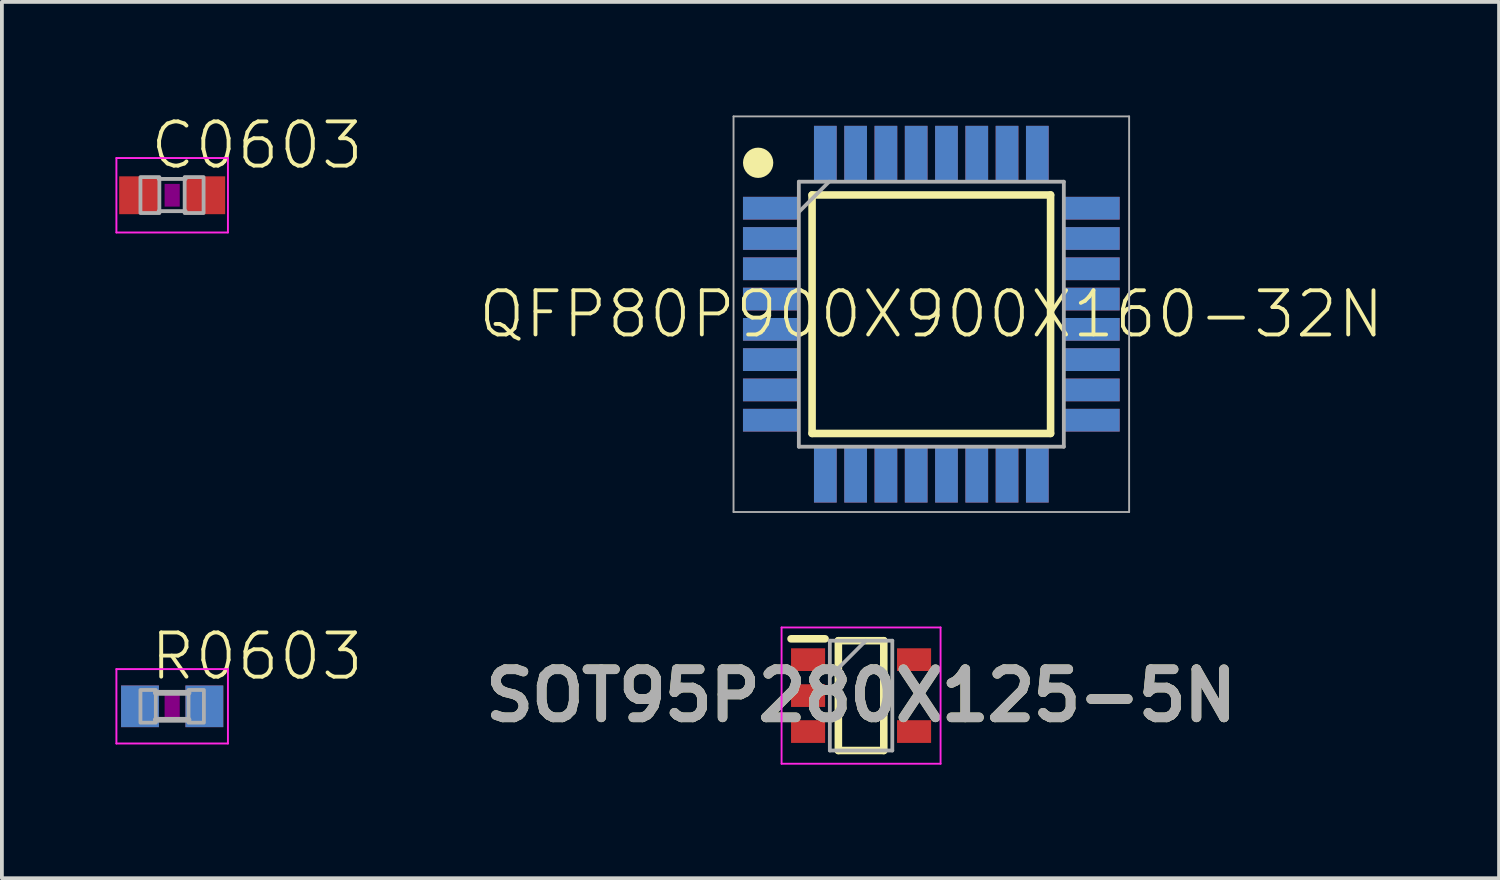
<source format=kicad_pcb>
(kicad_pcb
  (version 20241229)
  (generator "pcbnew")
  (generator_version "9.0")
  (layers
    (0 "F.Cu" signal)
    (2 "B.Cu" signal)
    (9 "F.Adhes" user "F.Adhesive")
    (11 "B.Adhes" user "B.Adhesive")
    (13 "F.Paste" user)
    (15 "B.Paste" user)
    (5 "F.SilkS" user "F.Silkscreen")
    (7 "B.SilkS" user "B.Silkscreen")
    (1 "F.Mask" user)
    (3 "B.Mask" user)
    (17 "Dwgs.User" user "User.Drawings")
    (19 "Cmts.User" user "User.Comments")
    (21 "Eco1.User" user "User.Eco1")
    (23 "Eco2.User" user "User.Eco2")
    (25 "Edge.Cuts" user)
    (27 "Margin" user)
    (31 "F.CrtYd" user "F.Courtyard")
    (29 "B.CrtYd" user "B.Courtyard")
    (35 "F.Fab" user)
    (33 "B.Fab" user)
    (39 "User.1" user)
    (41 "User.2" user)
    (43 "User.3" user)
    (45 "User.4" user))
  (footprint "R0603"
    (layer "F.Cu")
    (at 1.498 15.608)
    (property "Reference" "R0603" (at -0.635 -0.635 0) (layer "F.SilkS") (effects (font (size 1.168 1.168) (thickness 0.102)) (justify left bottom)))
    (fp_poly (pts (xy -0.2 0.4) (xy 0.2 0.4) (xy 0.2 -0.4) (xy -0.2 -0.4)) (stroke (width 0) (type solid)) (fill yes) (layer "F.Adhes"))
    (fp_line (start -1.473 -0.983) (end 1.473 -0.983) (stroke (width 0.051) (type solid)) (layer "F.CrtYd"))
    (fp_line (start -1.473 0.983) (end -1.473 -0.983) (stroke (width 0.051) (type solid)) (layer "F.CrtYd"))
    (fp_line (start 1.473 -0.983) (end 1.473 0.983) (stroke (width 0.051) (type solid)) (layer "F.CrtYd"))
    (fp_line (start 1.473 0.983) (end -1.473 0.983) (stroke (width 0.051) (type solid)) (layer "F.CrtYd"))
    (fp_line (start -0.432 0.356) (end 0.432 0.356) (stroke (width 0.152) (type solid)) (layer "F.Fab"))
    (fp_line (start 0.432 -0.356) (end -0.432 -0.356) (stroke (width 0.152) (type solid)) (layer "F.Fab"))
    (fp_poly (pts (xy -0.838 0.432) (xy -0.432 0.432) (xy -0.432 -0.432) (xy -0.838 -0.432)) (stroke (width 0.1) (type solid)) (fill no) (layer "F.Fab"))
    (fp_poly (pts (xy 0.432 0.432) (xy 0.838 0.432) (xy 0.838 -0.432) (xy 0.432 -0.432)) (stroke (width 0.1) (type solid)) (fill no) (layer "F.Fab"))
    (pad "1" smd rect (at -0.85 0) (size 1 1.1) (layers "*.Cu" "*.Mask"))
    (pad "2" smd rect (at 0.85 0) (size 1 1.1) (layers "*.Cu" "*.Mask")))
  (footprint "C0603"
    (layer "F.Cu")
    (at 1.498 2.108)
    (property "Reference" "C0603" (at -0.635 -0.635 0) (layer "F.SilkS") (effects (font (size 1.168 1.168) (thickness 0.102)) (justify left bottom)))
    (fp_poly (pts (xy -0.2 0.3) (xy 0.2 0.3) (xy 0.2 -0.3) (xy -0.2 -0.3)) (stroke (width 0) (type solid)) (fill yes) (layer "F.Adhes"))
    (fp_line (start -1.473 -0.983) (end 1.473 -0.983) (stroke (width 0.051) (type solid)) (layer "F.CrtYd"))
    (fp_line (start -1.473 0.983) (end -1.473 -0.983) (stroke (width 0.051) (type solid)) (layer "F.CrtYd"))
    (fp_line (start 1.473 -0.983) (end 1.473 0.983) (stroke (width 0.051) (type solid)) (layer "F.CrtYd"))
    (fp_line (start 1.473 0.983) (end -1.473 0.983) (stroke (width 0.051) (type solid)) (layer "F.CrtYd"))
    (fp_line (start -0.356 -0.432) (end 0.356 -0.432) (stroke (width 0.102) (type solid)) (layer "F.Fab"))
    (fp_line (start -0.356 0.419) (end 0.356 0.419) (stroke (width 0.102) (type solid)) (layer "F.Fab"))
    (fp_poly (pts (xy -0.838 0.47) (xy -0.338 0.47) (xy -0.338 -0.48) (xy -0.838 -0.48)) (stroke (width 0.1) (type solid)) (fill no) (layer "F.Fab"))
    (fp_poly (pts (xy 0.33 0.47) (xy 0.83 0.47) (xy 0.83 -0.48) (xy 0.33 -0.48)) (stroke (width 0.1) (type solid)) (fill no) (layer "F.Fab"))
    (pad "1" smd rect (at -0.85 0) (size 1.1 1) (layers "F.Cu" "F.Mask"))
    (pad "2" smd rect (at 0.85 0) (size 1.1 1) (layers "F.Cu" "F.Mask")))
  (footprint "QFP80P900X900X160-32N"
    (layer "F.Cu")
    (at 21.552 5.25)
    (property "Reference" "QFP80P900X900X160-32N" (at 0 0 0) (layer "F.SilkS") (effects (font (size 1.168 1.168) (thickness 0.102))))
    (fp_line (start -3.15 -3.15) (end 3.15 -3.15) (stroke (width 0.2) (type solid)) (layer "F.SilkS"))
    (fp_line (start -3.15 3.15) (end -3.15 -3.15) (stroke (width 0.2) (type solid)) (layer "F.SilkS"))
    (fp_line (start 3.15 -3.15) (end 3.15 3.15) (stroke (width 0.2) (type solid)) (layer "F.SilkS"))
    (fp_line (start 3.15 3.15) (end -3.15 3.15) (stroke (width 0.2) (type solid)) (layer "F.SilkS"))
    (fp_circle (center -4.575 -4) (end -4.375 -4) (stroke (width 0.4) (type solid)) (fill no) (layer "F.SilkS"))
    (fp_line (start -5.225 -5.225) (end 5.225 -5.225) (stroke (width 0.05) (type solid)) (layer "F.Fab"))
    (fp_line (start -5.225 5.225) (end -5.225 -5.225) (stroke (width 0.05) (type solid)) (layer "F.Fab"))
    (fp_line (start -3.5 -3.5) (end 3.5 -3.5) (stroke (width 0.1) (type solid)) (layer "F.Fab"))
    (fp_line (start -3.5 -2.7) (end -2.7 -3.5) (stroke (width 0.1) (type solid)) (layer "F.Fab"))
    (fp_line (start -3.5 3.5) (end -3.5 -3.5) (stroke (width 0.1) (type solid)) (layer "F.Fab"))
    (fp_line (start 3.5 -3.5) (end 3.5 3.5) (stroke (width 0.1) (type solid)) (layer "F.Fab"))
    (fp_line (start 3.5 3.5) (end -3.5 3.5) (stroke (width 0.1) (type solid)) (layer "F.Fab"))
    (fp_line (start 5.225 -5.225) (end 5.225 5.225) (stroke (width 0.05) (type solid)) (layer "F.Fab"))
    (fp_line (start 5.225 5.225) (end -5.225 5.225) (stroke (width 0.05) (type solid)) (layer "F.Fab"))
    (pad "1" smd rect (at -4.238 -2.8) (size 1.475 0.6) (layers "*.Cu" "*.Mask"))
    (pad "2" smd rect (at -4.238 -2) (size 1.475 0.6) (layers "*.Cu" "*.Mask"))
    (pad "3" smd rect (at -4.238 -1.2) (size 1.475 0.6) (layers "*.Cu" "*.Mask"))
    (pad "4" smd rect (at -4.238 -0.4) (size 1.475 0.6) (layers "*.Cu" "*.Mask"))
    (pad "5" smd rect (at -4.238 0.4) (size 1.475 0.6) (layers "*.Cu" "*.Mask"))
    (pad "6" smd rect (at -4.238 1.2) (size 1.475 0.6) (layers "*.Cu" "*.Mask"))
    (pad "7" smd rect (at -4.238 2) (size 1.475 0.6) (layers "*.Cu" "*.Mask"))
    (pad "8" smd rect (at -4.238 2.8) (size 1.475 0.6) (layers "*.Cu" "*.Mask"))
    (pad "9" smd rect (at -2.8 4.238 90) (size 1.475 0.6) (layers "*.Cu" "*.Mask"))
    (pad "10" smd rect (at -2 4.238 90) (size 1.475 0.6) (layers "*.Cu" "*.Mask"))
    (pad "11" smd rect (at -1.2 4.238 90) (size 1.475 0.6) (layers "*.Cu" "*.Mask"))
    (pad "12" smd rect (at -0.4 4.238 90) (size 1.475 0.6) (layers "*.Cu" "*.Mask"))
    (pad "13" smd rect (at 0.4 4.238 90) (size 1.475 0.6) (layers "*.Cu" "*.Mask"))
    (pad "14" smd rect (at 1.2 4.238 90) (size 1.475 0.6) (layers "*.Cu" "*.Mask"))
    (pad "15" smd rect (at 2 4.238 90) (size 1.475 0.6) (layers "*.Cu" "*.Mask"))
    (pad "16" smd rect (at 2.8 4.238 90) (size 1.475 0.6) (layers "*.Cu" "*.Mask"))
    (pad "17" smd rect (at 4.238 2.8) (size 1.475 0.6) (layers "*.Cu" "*.Mask"))
    (pad "18" smd rect (at 4.238 2) (size 1.475 0.6) (layers "*.Cu" "*.Mask"))
    (pad "19" smd rect (at 4.238 1.2) (size 1.475 0.6) (layers "*.Cu" "*.Mask"))
    (pad "20" smd rect (at 4.238 0.4) (size 1.475 0.6) (layers "*.Cu" "*.Mask"))
    (pad "21" smd rect (at 4.238 -0.4) (size 1.475 0.6) (layers "*.Cu" "*.Mask"))
    (pad "22" smd rect (at 4.238 -1.2) (size 1.475 0.6) (layers "*.Cu" "*.Mask"))
    (pad "23" smd rect (at 4.238 -2) (size 1.475 0.6) (layers "*.Cu" "*.Mask"))
    (pad "24" smd rect (at 4.238 -2.8) (size 1.475 0.6) (layers "*.Cu" "*.Mask"))
    (pad "25" smd rect (at 2.8 -4.238 90) (size 1.475 0.6) (layers "*.Cu" "*.Mask"))
    (pad "26" smd rect (at 2 -4.238 90) (size 1.475 0.6) (layers "*.Cu" "*.Mask"))
    (pad "27" smd rect (at 1.2 -4.238 90) (size 1.475 0.6) (layers "*.Cu" "*.Mask"))
    (pad "28" smd rect (at 0.4 -4.238 90) (size 1.475 0.6) (layers "*.Cu" "*.Mask"))
    (pad "29" smd rect (at -0.4 -4.238 90) (size 1.475 0.6) (layers "*.Cu" "*.Mask"))
    (pad "30" smd rect (at -1.2 -4.238 90) (size 1.475 0.6) (layers "*.Cu" "*.Mask"))
    (pad "31" smd rect (at -2 -4.238 90) (size 1.475 0.6) (layers "*.Cu" "*.Mask"))
    (pad "32" smd rect (at -2.8 -4.238 90) (size 1.475 0.6) (layers "*.Cu" "*.Mask")))
  (footprint "SOT95P280X125-5N"
    (layer "F.Cu")
    (at 19.696 15.325)
    (property "Reference" "SOT95P280X125-5N" (at 0 0 0) (layer "F.SilkS") (effects (font (size 1.27 1.27) (thickness 0.254))))
    (attr smd)
    (fp_line (start -1.85 -1.5) (end -0.95 -1.5) (stroke (width 0.2) (type solid)) (layer "F.SilkS"))
    (fp_line (start -0.6 -1.45) (end 0.6 -1.45) (stroke (width 0.2) (type solid)) (layer "F.SilkS"))
    (fp_line (start -0.6 1.45) (end -0.6 -1.45) (stroke (width 0.2) (type solid)) (layer "F.SilkS"))
    (fp_line (start 0.6 -1.45) (end 0.6 1.45) (stroke (width 0.2) (type solid)) (layer "F.SilkS"))
    (fp_line (start 0.6 1.45) (end -0.6 1.45) (stroke (width 0.2) (type solid)) (layer "F.SilkS"))
    (fp_line (start -2.1 -1.8) (end 2.1 -1.8) (stroke (width 0.05) (type solid)) (layer "F.CrtYd"))
    (fp_line (start -2.1 1.8) (end -2.1 -1.8) (stroke (width 0.05) (type solid)) (layer "F.CrtYd"))
    (fp_line (start 2.1 -1.8) (end 2.1 1.8) (stroke (width 0.05) (type solid)) (layer "F.CrtYd"))
    (fp_line (start 2.1 1.8) (end -2.1 1.8) (stroke (width 0.05) (type solid)) (layer "F.CrtYd"))
    (fp_line (start -0.825 -1.45) (end 0.825 -1.45) (stroke (width 0.1) (type solid)) (layer "F.Fab"))
    (fp_line (start -0.825 -0.5) (end 0.125 -1.45) (stroke (width 0.1) (type solid)) (layer "F.Fab"))
    (fp_line (start -0.825 1.45) (end -0.825 -1.45) (stroke (width 0.1) (type solid)) (layer "F.Fab"))
    (fp_line (start 0.825 -1.45) (end 0.825 1.45) (stroke (width 0.1) (type solid)) (layer "F.Fab"))
    (fp_line (start 0.825 1.45) (end -0.825 1.45) (stroke (width 0.1) (type solid)) (layer "F.Fab"))
    (fp_text user "${REFERENCE}" (at 0 0 0) (layer "F.Fab") (effects (font (size 1.27 1.27) (thickness 0.254))))
    (pad "1" smd rect (at -1.4 -0.95 90) (size 0.6 0.9) (layers "F.Cu" "F.Mask" "F.Paste"))
    (pad "2" smd rect (at -1.4 0 90) (size 0.6 0.9) (layers "F.Cu" "F.Mask" "F.Paste"))
    (pad "3" smd rect (at -1.4 0.95 90) (size 0.6 0.9) (layers "F.Cu" "F.Mask" "F.Paste"))
    (pad "4" smd rect (at 1.4 0.95 90) (size 0.6 0.9) (layers "F.Cu" "F.Mask" "F.Paste"))
    (pad "5" smd rect (at 1.4 -0.95 90) (size 0.6 0.9) (layers "F.Cu" "F.Mask" "F.Paste")))
  (gr_rect
    (start -3 -3)
    (end 36.549 20.15)
    (stroke (width 0.1) (type default))
    (fill no)
    (layer "Edge.Cuts")))
</source>
